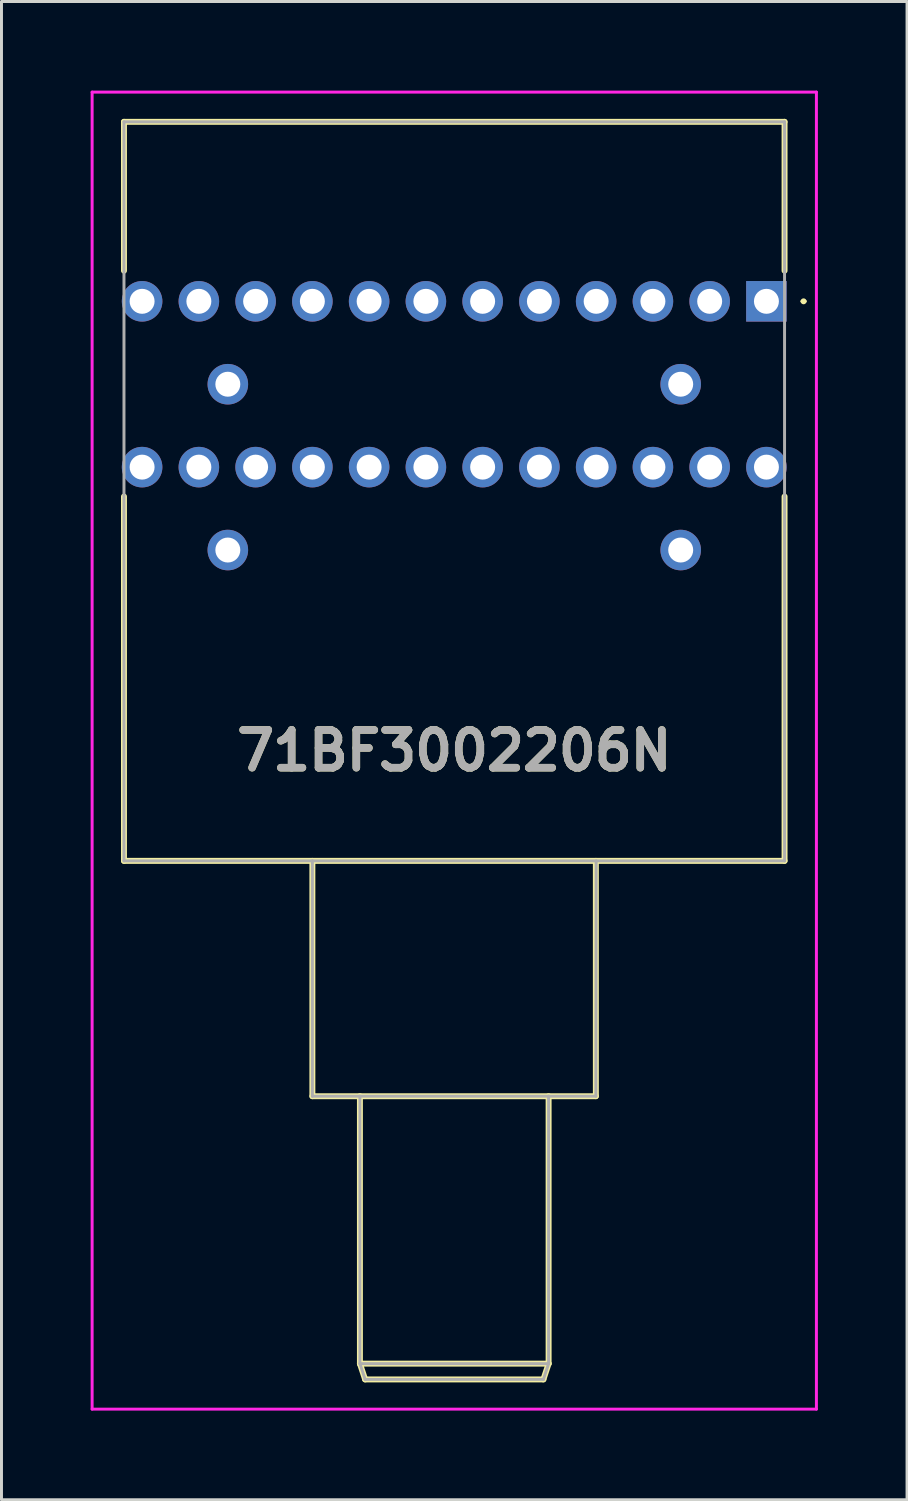
<source format=kicad_pcb>
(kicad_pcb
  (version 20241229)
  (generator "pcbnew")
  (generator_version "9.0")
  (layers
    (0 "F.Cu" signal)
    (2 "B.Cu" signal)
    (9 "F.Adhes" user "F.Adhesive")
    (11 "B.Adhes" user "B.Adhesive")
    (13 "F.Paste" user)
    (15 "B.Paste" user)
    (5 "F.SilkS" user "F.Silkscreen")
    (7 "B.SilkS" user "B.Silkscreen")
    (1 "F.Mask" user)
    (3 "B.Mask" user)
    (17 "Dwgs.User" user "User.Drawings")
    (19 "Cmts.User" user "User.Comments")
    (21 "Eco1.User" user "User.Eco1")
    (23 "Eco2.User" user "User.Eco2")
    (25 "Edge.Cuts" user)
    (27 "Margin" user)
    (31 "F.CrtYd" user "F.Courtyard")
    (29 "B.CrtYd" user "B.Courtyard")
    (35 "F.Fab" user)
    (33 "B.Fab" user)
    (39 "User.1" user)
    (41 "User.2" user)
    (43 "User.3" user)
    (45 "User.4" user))
  (footprint "71BF3002206N"
    (layer "F.Cu")
    (at 22.742 7.09)
    (property "Reference" "71BF3002206N" (at -10.505 15.12 0) (layer "F.SilkS") (effects (font (size 1.27 1.27) (thickness 0.254))))
    (attr through_hole)
    (fp_line (start -21.62 -6.04) (end 0.61 -6.04) (stroke (width 0.2) (type solid)) (layer "F.SilkS"))
    (fp_line (start -21.62 -1.03) (end -21.62 -6.04) (stroke (width 0.2) (type solid)) (layer "F.SilkS"))
    (fp_line (start -21.62 18.83) (end -21.62 6.57) (stroke (width 0.2) (type solid)) (layer "F.SilkS"))
    (fp_line (start -15.28 18.83) (end -15.28 26.75) (stroke (width 0.2) (type solid)) (layer "F.SilkS"))
    (fp_line (start -15.28 26.75) (end -5.74 26.75) (stroke (width 0.2) (type solid)) (layer "F.SilkS"))
    (fp_line (start -13.68 26.75) (end -13.68 35.75) (stroke (width 0.2) (type solid)) (layer "F.SilkS"))
    (fp_line (start -13.68 35.75) (end -13.505 36.28) (stroke (width 0.2) (type solid)) (layer "F.SilkS"))
    (fp_line (start -13.68 35.75) (end -7.33 35.75) (stroke (width 0.2) (type solid)) (layer "F.SilkS"))
    (fp_line (start -13.505 36.28) (end -7.505 36.28) (stroke (width 0.2) (type solid)) (layer "F.SilkS"))
    (fp_line (start -7.505 36.28) (end -7.33 35.75) (stroke (width 0.2) (type solid)) (layer "F.SilkS"))
    (fp_line (start -7.33 35.75) (end -7.33 26.75) (stroke (width 0.2) (type solid)) (layer "F.SilkS"))
    (fp_line (start -5.74 26.75) (end -5.74 18.83) (stroke (width 0.2) (type solid)) (layer "F.SilkS"))
    (fp_line (start 0.61 -6.04) (end 0.61 -1.03) (stroke (width 0.2) (type solid)) (layer "F.SilkS"))
    (fp_line (start 0.61 6.57) (end 0.61 18.83) (stroke (width 0.2) (type solid)) (layer "F.SilkS"))
    (fp_line (start 0.61 18.83) (end -21.62 18.83) (stroke (width 0.2) (type solid)) (layer "F.SilkS"))
    (fp_line (start 1.2 0) (end 1.2 0) (stroke (width 0.1) (type solid)) (layer "F.SilkS"))
    (fp_line (start 1.3 0) (end 1.3 0) (stroke (width 0.1) (type solid)) (layer "F.SilkS"))
    (fp_arc (start 1.2 0) (mid 1.25 -0.05) (end 1.3 0) (stroke (width 0.1) (type solid)) (layer "F.SilkS"))
    (fp_arc (start 1.3 0) (mid 1.25 0.05) (end 1.2 0) (stroke (width 0.1) (type solid)) (layer "F.SilkS"))
    (fp_line (start -22.692 -7.04) (end 1.682 -7.04) (stroke (width 0.1) (type solid)) (layer "F.CrtYd"))
    (fp_line (start -22.692 37.28) (end -22.692 -7.04) (stroke (width 0.1) (type solid)) (layer "F.CrtYd"))
    (fp_line (start 1.682 -7.04) (end 1.682 37.28) (stroke (width 0.1) (type solid)) (layer "F.CrtYd"))
    (fp_line (start 1.682 37.28) (end -22.692 37.28) (stroke (width 0.1) (type solid)) (layer "F.CrtYd"))
    (fp_line (start -21.62 -6.04) (end 0.61 -6.04) (stroke (width 0.1) (type solid)) (layer "F.Fab"))
    (fp_line (start -21.62 18.83) (end -21.62 -6.04) (stroke (width 0.1) (type solid)) (layer "F.Fab"))
    (fp_line (start -15.28 18.83) (end -15.28 26.75) (stroke (width 0.1) (type solid)) (layer "F.Fab"))
    (fp_line (start -15.28 26.75) (end -5.74 26.75) (stroke (width 0.1) (type solid)) (layer "F.Fab"))
    (fp_line (start -13.68 26.75) (end -13.68 35.75) (stroke (width 0.1) (type solid)) (layer "F.Fab"))
    (fp_line (start -13.68 35.75) (end -13.505 36.28) (stroke (width 0.1) (type solid)) (layer "F.Fab"))
    (fp_line (start -13.68 35.75) (end -7.33 35.75) (stroke (width 0.1) (type solid)) (layer "F.Fab"))
    (fp_line (start -13.505 36.28) (end -7.505 36.28) (stroke (width 0.1) (type solid)) (layer "F.Fab"))
    (fp_line (start -7.505 36.28) (end -7.33 35.75) (stroke (width 0.1) (type solid)) (layer "F.Fab"))
    (fp_line (start -7.33 35.75) (end -7.33 26.75) (stroke (width 0.1) (type solid)) (layer "F.Fab"))
    (fp_line (start -5.74 26.75) (end -5.73 18.83) (stroke (width 0.1) (type solid)) (layer "F.Fab"))
    (fp_line (start 0.61 -6.04) (end 0.61 18.83) (stroke (width 0.1) (type solid)) (layer "F.Fab"))
    (fp_line (start 0.61 18.83) (end -21.62 18.83) (stroke (width 0.1) (type solid)) (layer "F.Fab"))
    (fp_text user "${REFERENCE}" (at -10.505 15.12 0) (layer "F.Fab") (effects (font (size 1.27 1.27) (thickness 0.254))))
    (pad "A1" thru_hole rect (at 0 0) (size 1.365 1.365) (drill 0.84) (layers "*.Cu" "*.Mask"))
    (pad "A2" thru_hole circle (at -1.91 0) (size 1.365 1.365) (drill 0.84) (layers "*.Cu" "*.Mask"))
    (pad "A3" thru_hole circle (at -3.82 0) (size 1.365 1.365) (drill 0.84) (layers "*.Cu" "*.Mask"))
    (pad "A4" thru_hole circle (at -5.73 0) (size 1.365 1.365) (drill 0.84) (layers "*.Cu" "*.Mask"))
    (pad "A5" thru_hole circle (at -7.64 0) (size 1.365 1.365) (drill 0.84) (layers "*.Cu" "*.Mask"))
    (pad "A6" thru_hole circle (at -9.55 0) (size 1.365 1.365) (drill 0.84) (layers "*.Cu" "*.Mask"))
    (pad "A7" thru_hole circle (at -11.46 0) (size 1.365 1.365) (drill 0.84) (layers "*.Cu" "*.Mask"))
    (pad "A8" thru_hole circle (at -13.37 0) (size 1.365 1.365) (drill 0.84) (layers "*.Cu" "*.Mask"))
    (pad "A9" thru_hole circle (at -15.28 0) (size 1.365 1.365) (drill 0.84) (layers "*.Cu" "*.Mask"))
    (pad "A10" thru_hole circle (at -17.19 0) (size 1.365 1.365) (drill 0.84) (layers "*.Cu" "*.Mask"))
    (pad "A11" thru_hole circle (at -19.1 0) (size 1.365 1.365) (drill 0.84) (layers "*.Cu" "*.Mask"))
    (pad "A12" thru_hole circle (at -21.01 0) (size 1.365 1.365) (drill 0.84) (layers "*.Cu" "*.Mask"))
    (pad "B1" thru_hole circle (at 0 5.58) (size 1.365 1.365) (drill 0.84) (layers "*.Cu" "*.Mask"))
    (pad "B2" thru_hole circle (at -1.91 5.58) (size 1.365 1.365) (drill 0.84) (layers "*.Cu" "*.Mask"))
    (pad "B3" thru_hole circle (at -3.82 5.58) (size 1.365 1.365) (drill 0.84) (layers "*.Cu" "*.Mask"))
    (pad "B4" thru_hole circle (at -5.73 5.58) (size 1.365 1.365) (drill 0.84) (layers "*.Cu" "*.Mask"))
    (pad "B5" thru_hole circle (at -7.64 5.58) (size 1.365 1.365) (drill 0.84) (layers "*.Cu" "*.Mask"))
    (pad "B6" thru_hole circle (at -9.55 5.58) (size 1.365 1.365) (drill 0.84) (layers "*.Cu" "*.Mask"))
    (pad "B7" thru_hole circle (at -11.46 5.58) (size 1.365 1.365) (drill 0.84) (layers "*.Cu" "*.Mask"))
    (pad "B8" thru_hole circle (at -13.37 5.58) (size 1.365 1.365) (drill 0.84) (layers "*.Cu" "*.Mask"))
    (pad "B9" thru_hole circle (at -15.28 5.58) (size 1.365 1.365) (drill 0.84) (layers "*.Cu" "*.Mask"))
    (pad "B10" thru_hole circle (at -17.19 5.58) (size 1.365 1.365) (drill 0.84) (layers "*.Cu" "*.Mask"))
    (pad "B11" thru_hole circle (at -19.1 5.58) (size 1.365 1.365) (drill 0.84) (layers "*.Cu" "*.Mask"))
    (pad "B12" thru_hole circle (at -21.01 5.58) (size 1.365 1.365) (drill 0.84) (layers "*.Cu" "*.Mask"))
    (pad "C11" thru_hole circle (at -2.885 8.37) (size 1.365 1.365) (drill 0.84) (layers "*.Cu" "*.Mask"))
    (pad "C12" thru_hole circle (at -2.885 2.79) (size 1.365 1.365) (drill 0.84) (layers "*.Cu" "*.Mask"))
    (pad "C21" thru_hole circle (at -18.125 8.37) (size 1.365 1.365) (drill 0.84) (layers "*.Cu" "*.Mask"))
    (pad "C22" thru_hole circle (at -18.125 2.79) (size 1.365 1.365) (drill 0.84) (layers "*.Cu" "*.Mask")))
  (gr_rect
    (start -3 -3)
    (end 27.474 47.42)
    (stroke (width 0.1) (type default))
    (fill no)
    (layer "Edge.Cuts")))
</source>
